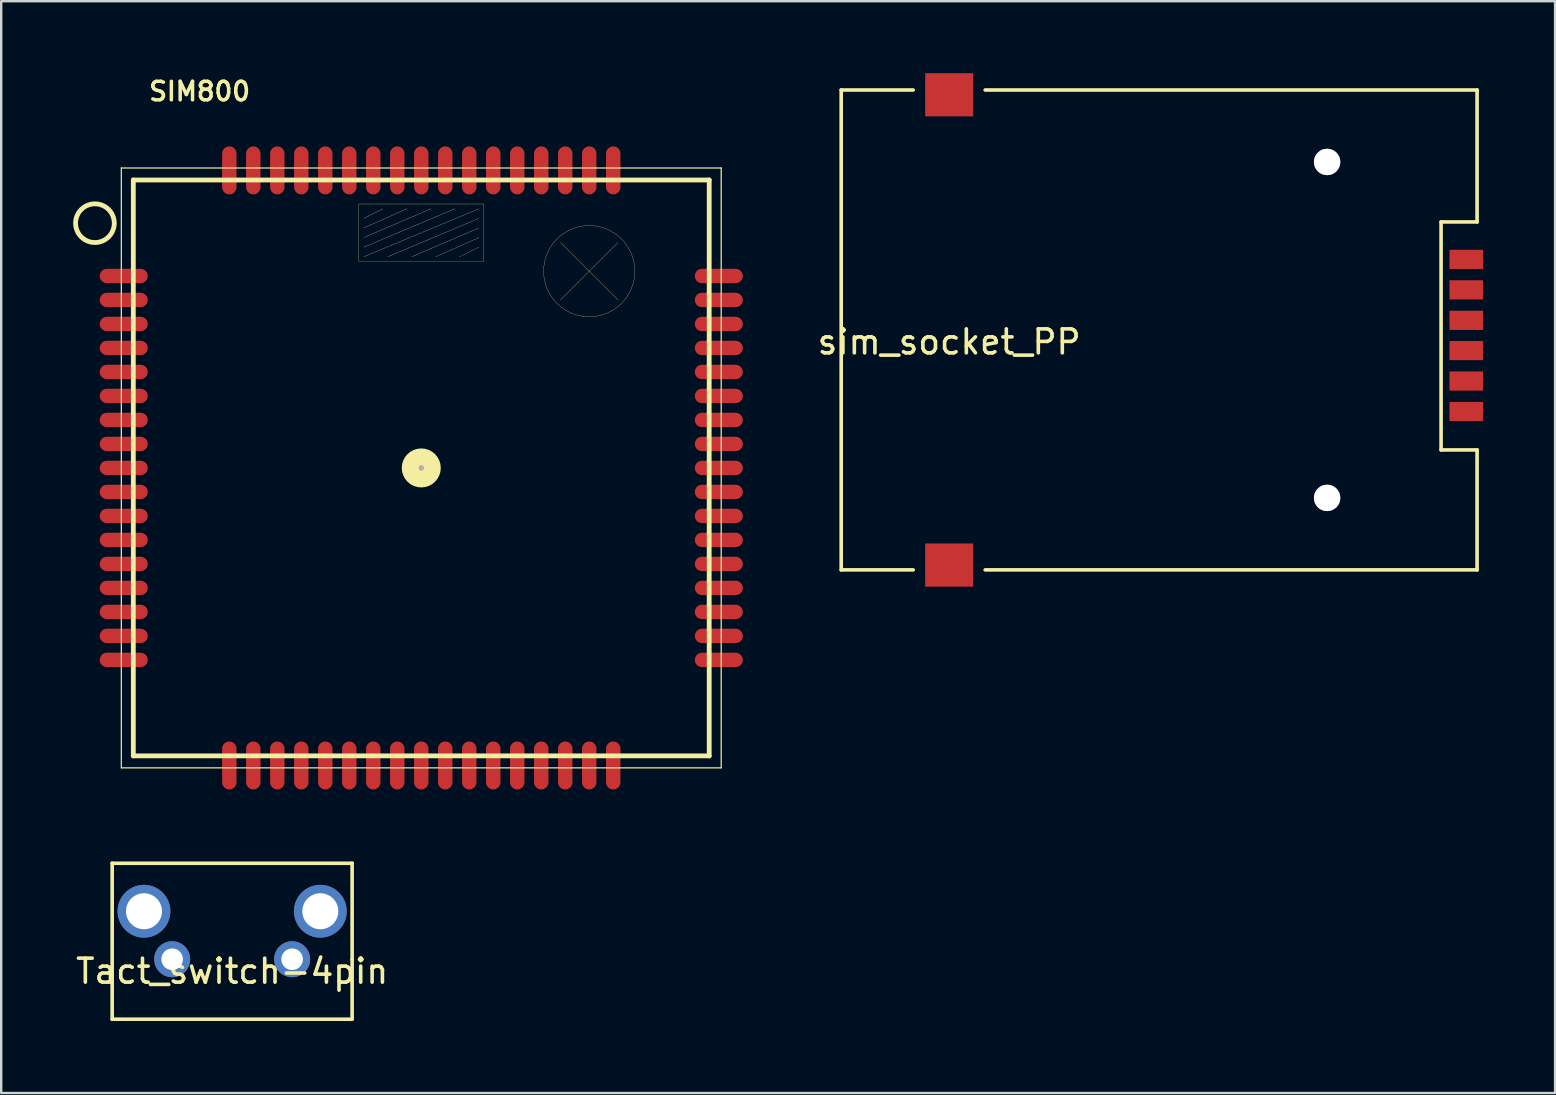
<source format=kicad_pcb>
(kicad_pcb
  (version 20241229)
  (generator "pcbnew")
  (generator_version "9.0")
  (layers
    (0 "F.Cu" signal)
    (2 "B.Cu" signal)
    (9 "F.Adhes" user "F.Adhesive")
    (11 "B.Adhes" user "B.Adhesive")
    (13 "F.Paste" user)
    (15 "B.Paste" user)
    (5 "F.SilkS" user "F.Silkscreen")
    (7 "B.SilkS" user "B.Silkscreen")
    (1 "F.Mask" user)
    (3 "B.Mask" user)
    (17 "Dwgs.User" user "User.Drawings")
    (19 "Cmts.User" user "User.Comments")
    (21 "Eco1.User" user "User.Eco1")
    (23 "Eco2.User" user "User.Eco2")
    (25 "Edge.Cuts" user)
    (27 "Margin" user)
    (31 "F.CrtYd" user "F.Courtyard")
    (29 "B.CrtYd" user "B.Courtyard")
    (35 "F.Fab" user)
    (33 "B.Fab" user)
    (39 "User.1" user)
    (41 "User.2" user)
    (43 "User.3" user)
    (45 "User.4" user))
  (footprint "sim_socket_PP"
    (layer "F.Cu")
    (at 36.507 10.7)
    (property "Reference" "sim_socket_PP" (at 0 0.5 0) (layer "F.SilkS") (effects (font (size 1 1) (thickness 0.15))))
    (attr through_hole)
    (fp_line (start -4.5 -10) (end -1.5 -10) (stroke (width 0.15) (type solid)) (layer "F.SilkS"))
    (fp_line (start -4.5 10) (end -4.5 -10) (stroke (width 0.15) (type solid)) (layer "F.SilkS"))
    (fp_line (start -1.5 10) (end -4.5 10) (stroke (width 0.15) (type solid)) (layer "F.SilkS"))
    (fp_line (start 1.5 -10) (end 22 -10) (stroke (width 0.15) (type solid)) (layer "F.SilkS"))
    (fp_line (start 20.5 -4.5) (end 20.5 5) (stroke (width 0.15) (type solid)) (layer "F.SilkS"))
    (fp_line (start 20.5 5) (end 22 5) (stroke (width 0.15) (type solid)) (layer "F.SilkS"))
    (fp_line (start 22 -10) (end 22 -4.5) (stroke (width 0.15) (type solid)) (layer "F.SilkS"))
    (fp_line (start 22 -4.5) (end 20.5 -4.5) (stroke (width 0.15) (type solid)) (layer "F.SilkS"))
    (fp_line (start 22 5) (end 22 10) (stroke (width 0.15) (type solid)) (layer "F.SilkS"))
    (fp_line (start 22 10) (end 1.5 10) (stroke (width 0.15) (type solid)) (layer "F.SilkS"))
    (pad "" thru_hole circle (at 15.75 -7) (size 1.1 1.1) (drill 1.1) (layers "*.Cu" "*.Mask"))
    (pad "" thru_hole circle (at 15.75 7) (size 1.1 1.1) (drill 1.1) (layers "*.Cu" "*.Mask"))
    (pad "1" smd trapezoid (at 21.55 3.4) (size 1.4 0.8) (layers "F.Cu" "F.Mask" "F.Paste"))
    (pad "2" smd trapezoid (at 21.55 0.86) (size 1.4 0.8) (layers "F.Cu" "F.Mask" "F.Paste"))
    (pad "3" smd trapezoid (at 21.55 -1.67) (size 1.4 0.8) (layers "F.Cu" "F.Mask" "F.Paste"))
    (pad "5" smd trapezoid (at 21.55 2.13) (size 1.4 0.8) (layers "F.Cu" "F.Mask" "F.Paste"))
    (pad "6" smd trapezoid (at 21.55 -0.4) (size 1.4 0.8) (layers "F.Cu" "F.Mask" "F.Paste"))
    (pad "7" smd trapezoid (at 21.55 -2.94) (size 1.4 0.8) (layers "F.Cu" "F.Mask" "F.Paste"))
    (pad "8" smd trapezoid (at 0 -9.8) (size 2 1.8) (layers "F.Cu" "F.Mask" "F.Paste"))
    (pad "8" smd trapezoid (at 0 9.8) (size 2 1.8) (layers "F.Cu" "F.Mask" "F.Paste")))
  (footprint "SIM800"
    (layer "F.Cu")
    (at 14.506 16.451)
    (property "Reference" "SIM800" (at -11.43 -15.24 0) (layer "F.SilkS") (effects (font (size 0.772 0.772) (thickness 0.146)) (justify left bottom)))
    (attr through_hole)
    (fp_line (start -12.5 -12.5) (end -12.5 12.5) (stroke (width 0.05) (type solid)) (layer "F.SilkS"))
    (fp_line (start -12.5 12.5) (end 12.5 12.5) (stroke (width 0.05) (type solid)) (layer "F.SilkS"))
    (fp_line (start -12 -12) (end 12 -12) (stroke (width 0.2) (type solid)) (layer "F.SilkS"))
    (fp_line (start -12 12) (end -12 -12) (stroke (width 0.2) (type solid)) (layer "F.SilkS"))
    (fp_line (start -2.6 -11) (end 2.6 -11) (stroke (width 0.01) (type solid)) (layer "F.SilkS"))
    (fp_line (start -2.6 -8.6) (end -2.6 -11) (stroke (width 0.01) (type solid)) (layer "F.SilkS"))
    (fp_line (start -2.4 -10.4) (end -1.6 -10.8) (stroke (width 0.01) (type solid)) (layer "F.SilkS"))
    (fp_line (start -2.4 -10) (end -0.6 -10.8) (stroke (width 0.01) (type solid)) (layer "F.SilkS"))
    (fp_line (start -2.4 -9.6) (end 0.4 -10.8) (stroke (width 0.01) (type solid)) (layer "F.SilkS"))
    (fp_line (start -2.4 -9.2) (end 1.4 -10.8) (stroke (width 0.01) (type solid)) (layer "F.SilkS"))
    (fp_line (start -2.4 -8.8) (end 2.4 -10.8) (stroke (width 0.01) (type solid)) (layer "F.SilkS"))
    (fp_line (start -1.4 -8.8) (end 2.4 -10.4) (stroke (width 0.01) (type solid)) (layer "F.SilkS"))
    (fp_line (start -0.4 -8.8) (end 2.4 -10) (stroke (width 0.01) (type solid)) (layer "F.SilkS"))
    (fp_line (start 0 0) (end 0 0) (stroke (width 0.203) (type solid)) (layer "F.SilkS"))
    (fp_line (start 0 0) (end 0 0) (stroke (width 0.203) (type solid)) (layer "F.SilkS"))
    (fp_line (start 0 0) (end 0 0) (stroke (width 0.203) (type solid)) (layer "F.SilkS"))
    (fp_line (start 0 0) (end 0 0) (stroke (width 0.203) (type solid)) (layer "F.SilkS"))
    (fp_line (start 0 0) (end 0 0) (stroke (width 0.203) (type solid)) (layer "F.SilkS"))
    (fp_line (start 0 0) (end 0 0) (stroke (width 0.203) (type solid)) (layer "F.SilkS"))
    (fp_line (start 0 0) (end 0 0) (stroke (width 0.203) (type solid)) (layer "F.SilkS"))
    (fp_line (start 0 0) (end 0 0) (stroke (width 0.203) (type solid)) (layer "F.SilkS"))
    (fp_line (start 0.6 -8.8) (end 2.4 -9.6) (stroke (width 0.01) (type solid)) (layer "F.SilkS"))
    (fp_line (start 1.6 -8.8) (end 2.4 -9.2) (stroke (width 0.01) (type solid)) (layer "F.SilkS"))
    (fp_line (start 2.6 -11) (end 2.6 -8.6) (stroke (width 0.01) (type solid)) (layer "F.SilkS"))
    (fp_line (start 2.6 -8.6) (end -2.6 -8.6) (stroke (width 0.01) (type solid)) (layer "F.SilkS"))
    (fp_line (start 7 -8.2) (end 5.8 -9.4) (stroke (width 0.01) (type solid)) (layer "F.SilkS"))
    (fp_line (start 7 -8.2) (end 5.8 -7) (stroke (width 0.01) (type solid)) (layer "F.SilkS"))
    (fp_line (start 7 -8.2) (end 8.2 -9.4) (stroke (width 0.01) (type solid)) (layer "F.SilkS"))
    (fp_line (start 7 -8.2) (end 8.2 -7) (stroke (width 0.01) (type solid)) (layer "F.SilkS"))
    (fp_line (start 12 -12) (end 12 12) (stroke (width 0.2) (type solid)) (layer "F.SilkS"))
    (fp_line (start 12 12) (end -12 12) (stroke (width 0.2) (type solid)) (layer "F.SilkS"))
    (fp_line (start 12.5 -12.5) (end -12.5 -12.5) (stroke (width 0.05) (type solid)) (layer "F.SilkS"))
    (fp_line (start 12.5 12.5) (end 12.5 -12.5) (stroke (width 0.05) (type solid)) (layer "F.SilkS"))
    (fp_circle (center -13.6 -10.2) (end -12.8 -10.1) (stroke (width 0.2) (type solid)) (fill no) (layer "F.SilkS"))
    (fp_circle (center 0 0) (end 0 0) (stroke (width 0.813) (type solid)) (fill no) (layer "F.SilkS"))
    (fp_circle (center 7 -8.2) (end 8.9 -8.2) (stroke (width 0.01) (type solid)) (fill no) (layer "F.SilkS"))
    (fp_line (start 0 0) (end 0 0) (stroke (width 0.203) (type solid)) (layer "F.Fab"))
    (fp_line (start 0 0) (end 0 0) (stroke (width 0.203) (type solid)) (layer "F.Fab"))
    (fp_line (start 0 0) (end 0 0) (stroke (width 0.203) (type solid)) (layer "F.Fab"))
    (fp_line (start 0 0) (end 0 0) (stroke (width 0.203) (type solid)) (layer "F.Fab"))
    (pad "1" smd oval (at -12.4 -8) (size 2 0.6) (layers "F.Cu" "F.Mask" "F.Paste"))
    (pad "2" smd oval (at -12.4 -7) (size 2 0.6) (layers "F.Cu" "F.Mask" "F.Paste"))
    (pad "3" smd oval (at -12.4 -6) (size 2 0.6) (layers "F.Cu" "F.Mask" "F.Paste"))
    (pad "4" smd oval (at -12.4 -5) (size 2 0.6) (layers "F.Cu" "F.Mask" "F.Paste"))
    (pad "5" smd oval (at -12.4 -4) (size 2 0.6) (layers "F.Cu" "F.Mask" "F.Paste"))
    (pad "6" smd oval (at -12.4 -3) (size 2 0.6) (layers "F.Cu" "F.Mask" "F.Paste"))
    (pad "7" smd oval (at -12.4 -2) (size 2 0.6) (layers "F.Cu" "F.Mask" "F.Paste"))
    (pad "8" smd oval (at -12.4 -1) (size 2 0.6) (layers "F.Cu" "F.Mask" "F.Paste"))
    (pad "9" smd oval (at -12.4 0) (size 2 0.6) (layers "F.Cu" "F.Mask" "F.Paste"))
    (pad "10" smd oval (at -12.4 1) (size 2 0.6) (layers "F.Cu" "F.Mask" "F.Paste"))
    (pad "11" smd oval (at -12.4 2) (size 2 0.6) (layers "F.Cu" "F.Mask" "F.Paste"))
    (pad "12" smd oval (at -12.4 3) (size 2 0.6) (layers "F.Cu" "F.Mask" "F.Paste"))
    (pad "13" smd oval (at -12.4 4) (size 2 0.6) (layers "F.Cu" "F.Mask" "F.Paste"))
    (pad "14" smd oval (at -12.4 5) (size 2 0.6) (layers "F.Cu" "F.Mask" "F.Paste"))
    (pad "15" smd oval (at -12.4 6) (size 2 0.6) (layers "F.Cu" "F.Mask" "F.Paste"))
    (pad "16" smd oval (at -12.4 7) (size 2 0.6) (layers "F.Cu" "F.Mask" "F.Paste"))
    (pad "17" smd oval (at -12.4 8) (size 2 0.6) (layers "F.Cu" "F.Mask" "F.Paste"))
    (pad "18" smd oval (at -8 12.4 90) (size 2 0.6) (layers "F.Cu" "F.Mask" "F.Paste"))
    (pad "19" smd oval (at -7 12.4 90) (size 2 0.6) (layers "F.Cu" "F.Mask" "F.Paste"))
    (pad "20" smd oval (at -6 12.4 90) (size 2 0.6) (layers "F.Cu" "F.Mask" "F.Paste"))
    (pad "21" smd oval (at -5 12.4 90) (size 2 0.6) (layers "F.Cu" "F.Mask" "F.Paste"))
    (pad "22" smd oval (at -4 12.4 90) (size 2 0.6) (layers "F.Cu" "F.Mask" "F.Paste"))
    (pad "23" smd oval (at -3 12.4 90) (size 2 0.6) (layers "F.Cu" "F.Mask" "F.Paste"))
    (pad "24" smd oval (at -2 12.4 90) (size 2 0.6) (layers "F.Cu" "F.Mask" "F.Paste"))
    (pad "25" smd oval (at -1 12.4 90) (size 2 0.6) (layers "F.Cu" "F.Mask" "F.Paste"))
    (pad "26" smd oval (at 0 12.4 90) (size 2 0.6) (layers "F.Cu" "F.Mask" "F.Paste"))
    (pad "27" smd oval (at 1 12.4 90) (size 2 0.6) (layers "F.Cu" "F.Mask" "F.Paste"))
    (pad "28" smd oval (at 2 12.4 90) (size 2 0.6) (layers "F.Cu" "F.Mask" "F.Paste"))
    (pad "29" smd oval (at 3 12.4 90) (size 2 0.6) (layers "F.Cu" "F.Mask" "F.Paste"))
    (pad "30" smd oval (at 4 12.4 90) (size 2 0.6) (layers "F.Cu" "F.Mask" "F.Paste"))
    (pad "31" smd oval (at 5 12.4 90) (size 2 0.6) (layers "F.Cu" "F.Mask" "F.Paste"))
    (pad "32" smd oval (at 6 12.4 90) (size 2 0.6) (layers "F.Cu" "F.Mask" "F.Paste"))
    (pad "33" smd oval (at 7 12.4 90) (size 2 0.6) (layers "F.Cu" "F.Mask" "F.Paste"))
    (pad "34" smd oval (at 8 12.4 90) (size 2 0.6) (layers "F.Cu" "F.Mask" "F.Paste"))
    (pad "35" smd oval (at 12.4 8 180) (size 2 0.6) (layers "F.Cu" "F.Mask" "F.Paste"))
    (pad "36" smd oval (at 12.4 7 180) (size 2 0.6) (layers "F.Cu" "F.Mask" "F.Paste"))
    (pad "37" smd oval (at 12.4 6 180) (size 2 0.6) (layers "F.Cu" "F.Mask" "F.Paste"))
    (pad "38" smd oval (at 12.4 5 180) (size 2 0.6) (layers "F.Cu" "F.Mask" "F.Paste"))
    (pad "39" smd oval (at 12.4 4 180) (size 2 0.6) (layers "F.Cu" "F.Mask" "F.Paste"))
    (pad "40" smd oval (at 12.4 3 180) (size 2 0.6) (layers "F.Cu" "F.Mask" "F.Paste"))
    (pad "41" smd oval (at 12.4 2 180) (size 2 0.6) (layers "F.Cu" "F.Mask" "F.Paste"))
    (pad "42" smd oval (at 12.4 1 180) (size 2 0.6) (layers "F.Cu" "F.Mask" "F.Paste"))
    (pad "43" smd oval (at 12.4 0 180) (size 2 0.6) (layers "F.Cu" "F.Mask" "F.Paste"))
    (pad "44" smd oval (at 12.4 -1 180) (size 2 0.6) (layers "F.Cu" "F.Mask" "F.Paste"))
    (pad "45" smd oval (at 12.4 -2 180) (size 2 0.6) (layers "F.Cu" "F.Mask" "F.Paste"))
    (pad "46" smd oval (at 12.4 -3 180) (size 2 0.6) (layers "F.Cu" "F.Mask" "F.Paste"))
    (pad "47" smd oval (at 12.4 -4 180) (size 2 0.6) (layers "F.Cu" "F.Mask" "F.Paste"))
    (pad "48" smd oval (at 12.4 -5 180) (size 2 0.6) (layers "F.Cu" "F.Mask" "F.Paste"))
    (pad "49" smd oval (at 12.4 -6 180) (size 2 0.6) (layers "F.Cu" "F.Mask" "F.Paste"))
    (pad "50" smd oval (at 12.4 -7 180) (size 2 0.6) (layers "F.Cu" "F.Mask" "F.Paste"))
    (pad "51" smd oval (at 12.4 -8 180) (size 2 0.6) (layers "F.Cu" "F.Mask" "F.Paste"))
    (pad "52" smd oval (at 8 -12.4 270) (size 2 0.6) (layers "F.Cu" "F.Mask" "F.Paste"))
    (pad "53" smd oval (at 7 -12.4 270) (size 2 0.6) (layers "F.Cu" "F.Mask" "F.Paste"))
    (pad "54" smd oval (at 6 -12.4 270) (size 2 0.6) (layers "F.Cu" "F.Mask" "F.Paste"))
    (pad "55" smd oval (at 5 -12.4 270) (size 2 0.6) (layers "F.Cu" "F.Mask" "F.Paste"))
    (pad "56" smd oval (at 4 -12.4 270) (size 2 0.6) (layers "F.Cu" "F.Mask" "F.Paste"))
    (pad "57" smd oval (at 3 -12.4 270) (size 2 0.6) (layers "F.Cu" "F.Mask" "F.Paste"))
    (pad "58" smd oval (at 2 -12.4 270) (size 2 0.6) (layers "F.Cu" "F.Mask" "F.Paste"))
    (pad "59" smd oval (at 1 -12.4 270) (size 2 0.6) (layers "F.Cu" "F.Mask" "F.Paste"))
    (pad "60" smd oval (at 0 -12.4 270) (size 2 0.6) (layers "F.Cu" "F.Mask" "F.Paste"))
    (pad "61" smd oval (at -1 -12.4 270) (size 2 0.6) (layers "F.Cu" "F.Mask" "F.Paste"))
    (pad "62" smd oval (at -2 -12.4 270) (size 2 0.6) (layers "F.Cu" "F.Mask" "F.Paste"))
    (pad "63" smd oval (at -3 -12.4 270) (size 2 0.6) (layers "F.Cu" "F.Mask" "F.Paste"))
    (pad "64" smd oval (at -4 -12.4 270) (size 2 0.6) (layers "F.Cu" "F.Mask" "F.Paste"))
    (pad "65" smd oval (at -5 -12.4 270) (size 2 0.6) (layers "F.Cu" "F.Mask" "F.Paste"))
    (pad "66" smd oval (at -6 -12.4 270) (size 2 0.6) (layers "F.Cu" "F.Mask" "F.Paste"))
    (pad "67" smd oval (at -7 -12.4 270) (size 2 0.6) (layers "F.Cu" "F.Mask" "F.Paste"))
    (pad "68" smd oval (at -8 -12.4 270) (size 2 0.6) (layers "F.Cu" "F.Mask" "F.Paste")))
  (footprint "Tact_switch-4pin"
    (layer "F.Cu")
    (at 6.625 36.926)
    (property "Reference" "Tact_switch-4pin" (at 0 0.5 0) (layer "F.SilkS") (effects (font (size 1 1) (thickness 0.15))))
    (attr through_hole)
    (fp_line (start -5 -4) (end 5 -4) (stroke (width 0.15) (type solid)) (layer "F.SilkS"))
    (fp_line (start -5 2.5) (end -5 -4) (stroke (width 0.15) (type solid)) (layer "F.SilkS"))
    (fp_line (start 5 -4) (end 5 0) (stroke (width 0.15) (type solid)) (layer "F.SilkS"))
    (fp_line (start 5 0) (end 5 2.5) (stroke (width 0.15) (type solid)) (layer "F.SilkS"))
    (fp_line (start 5 2.5) (end -5 2.5) (stroke (width 0.15) (type solid)) (layer "F.SilkS"))
    (pad "1" thru_hole circle (at -2.5 0) (size 1.5 1.5) (drill 0.9) (layers "*.Cu" "*.Mask"))
    (pad "2" thru_hole circle (at 2.5 0) (size 1.5 1.5) (drill 0.9) (layers "*.Cu" "*.Mask"))
    (pad "3" thru_hole circle (at -3.675 -2) (size 2.2 2.2) (drill 1.5) (layers "*.Cu" "*.Mask"))
    (pad "3" thru_hole circle (at 3.675 -2) (size 2.2 2.2) (drill 1.5) (layers "*.Cu" "*.Mask")))
  (gr_rect
    (start -3 -3)
    (end 61.757 42.501)
    (stroke (width 0.1) (type default))
    (fill no)
    (layer "Edge.Cuts")))
</source>
